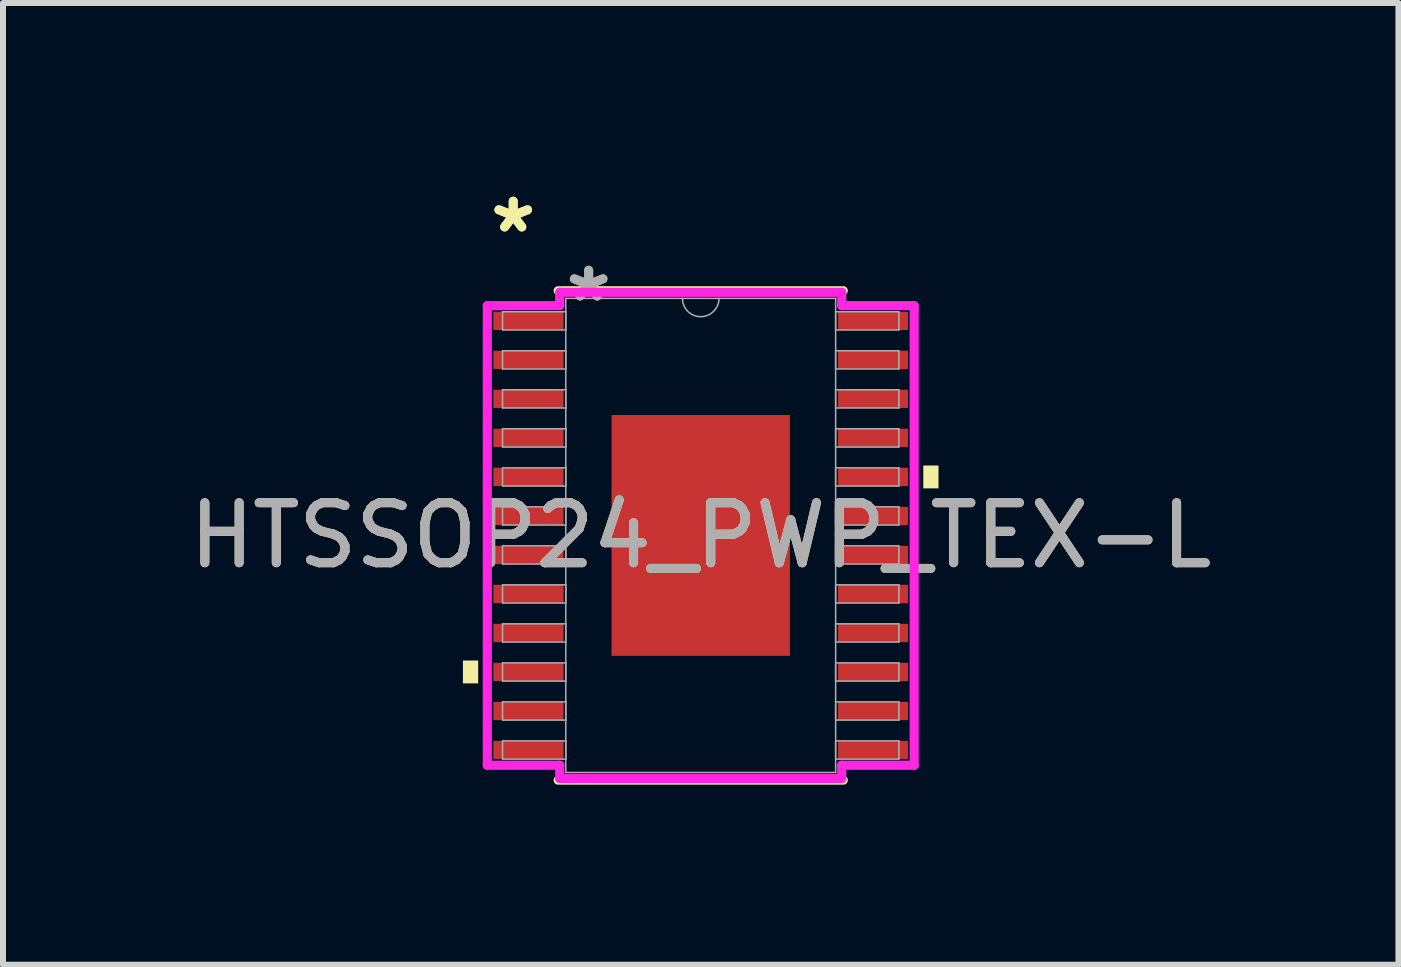
<source format=kicad_pcb>
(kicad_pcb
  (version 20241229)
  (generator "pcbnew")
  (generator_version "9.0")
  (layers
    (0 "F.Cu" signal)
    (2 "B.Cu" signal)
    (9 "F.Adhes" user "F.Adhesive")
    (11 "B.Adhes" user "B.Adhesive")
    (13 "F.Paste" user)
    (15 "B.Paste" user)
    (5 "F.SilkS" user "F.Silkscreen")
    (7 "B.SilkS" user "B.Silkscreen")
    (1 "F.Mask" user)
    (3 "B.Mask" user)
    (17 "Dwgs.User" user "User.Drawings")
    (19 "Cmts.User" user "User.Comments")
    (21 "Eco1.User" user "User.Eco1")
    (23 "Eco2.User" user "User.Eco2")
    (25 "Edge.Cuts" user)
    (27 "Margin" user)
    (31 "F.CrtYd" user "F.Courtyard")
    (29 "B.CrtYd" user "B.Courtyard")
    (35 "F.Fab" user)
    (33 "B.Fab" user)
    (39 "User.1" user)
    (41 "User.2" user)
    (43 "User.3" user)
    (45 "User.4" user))
  (footprint "HTSSOP24_PWP_TEX-L"
    (layer "F.Cu")
    (at 8.625 5.871)
    (property "Reference" "HTSSOP24_PWP_TEX-L" (at 0 0 0) (unlocked yes) (layer "F.SilkS") (effects (font (size 1 1) (thickness 0.15))))
    (attr smd)
    (fp_line (start -2.375 4.077) (end 2.375 4.077) (stroke (width 0.152) (type solid)) (layer "F.SilkS"))
    (fp_line (start 2.375 -4.077) (end -2.375 -4.077) (stroke (width 0.152) (type solid)) (layer "F.SilkS"))
    (fp_poly (pts (xy -3.962 2.084) (xy -3.962 2.465) (xy -3.708 2.465) (xy -3.708 2.084)) (stroke (width 0) (type solid)) (fill yes) (layer "F.SilkS"))
    (fp_poly (pts (xy 3.962 -1.165) (xy 3.962 -0.784) (xy 3.708 -0.784) (xy 3.708 -1.165)) (stroke (width 0) (type solid)) (fill yes) (layer "F.SilkS"))
    (fp_poly (pts (xy -1.386 -1.907) (xy -1.386 -0.769) (xy -0.1 -0.769) (xy -0.1 -1.907)) (stroke (width 0) (type solid)) (fill yes) (layer "F.Paste"))
    (fp_poly (pts (xy -1.386 -0.569) (xy -1.386 0.569) (xy -0.1 0.569) (xy -0.1 -0.569)) (stroke (width 0) (type solid)) (fill yes) (layer "F.Paste"))
    (fp_poly (pts (xy -1.386 0.769) (xy -1.386 1.907) (xy -0.1 1.907) (xy -0.1 0.769)) (stroke (width 0) (type solid)) (fill yes) (layer "F.Paste"))
    (fp_poly (pts (xy 0.1 -1.907) (xy 0.1 -0.769) (xy 1.386 -0.769) (xy 1.386 -1.907)) (stroke (width 0) (type solid)) (fill yes) (layer "F.Paste"))
    (fp_poly (pts (xy 0.1 -0.569) (xy 0.1 0.569) (xy 1.386 0.569) (xy 1.386 -0.569)) (stroke (width 0) (type solid)) (fill yes) (layer "F.Paste"))
    (fp_poly (pts (xy 0.1 0.769) (xy 0.1 1.907) (xy 1.386 1.907) (xy 1.386 0.769)) (stroke (width 0) (type solid)) (fill yes) (layer "F.Paste"))
    (fp_line (start -3.556 -3.829) (end -2.349 -3.829) (stroke (width 0.152) (type solid)) (layer "F.CrtYd"))
    (fp_line (start -3.556 3.829) (end -3.556 -3.829) (stroke (width 0.152) (type solid)) (layer "F.CrtYd"))
    (fp_line (start -3.556 3.829) (end -2.349 3.829) (stroke (width 0.152) (type solid)) (layer "F.CrtYd"))
    (fp_line (start -2.349 -4.051) (end 2.349 -4.051) (stroke (width 0.152) (type solid)) (layer "F.CrtYd"))
    (fp_line (start -2.349 -3.829) (end -2.349 -4.051) (stroke (width 0.152) (type solid)) (layer "F.CrtYd"))
    (fp_line (start -2.349 4.051) (end -2.349 3.829) (stroke (width 0.152) (type solid)) (layer "F.CrtYd"))
    (fp_line (start 2.349 -4.051) (end 2.349 -3.829) (stroke (width 0.152) (type solid)) (layer "F.CrtYd"))
    (fp_line (start 2.349 3.829) (end 2.349 4.051) (stroke (width 0.152) (type solid)) (layer "F.CrtYd"))
    (fp_line (start 2.349 4.051) (end -2.349 4.051) (stroke (width 0.152) (type solid)) (layer "F.CrtYd"))
    (fp_line (start 3.556 -3.829) (end 2.349 -3.829) (stroke (width 0.152) (type solid)) (layer "F.CrtYd"))
    (fp_line (start 3.556 -3.829) (end 3.556 3.829) (stroke (width 0.152) (type solid)) (layer "F.CrtYd"))
    (fp_line (start 3.556 3.829) (end 2.349 3.829) (stroke (width 0.152) (type solid)) (layer "F.CrtYd"))
    (fp_line (start -3.302 -3.727) (end -3.302 -3.423) (stroke (width 0.025) (type solid)) (layer "F.Fab"))
    (fp_line (start -3.302 -3.423) (end -2.248 -3.423) (stroke (width 0.025) (type solid)) (layer "F.Fab"))
    (fp_line (start -3.302 -3.077) (end -3.302 -2.773) (stroke (width 0.025) (type solid)) (layer "F.Fab"))
    (fp_line (start -3.302 -2.773) (end -2.248 -2.773) (stroke (width 0.025) (type solid)) (layer "F.Fab"))
    (fp_line (start -3.302 -2.427) (end -3.302 -2.123) (stroke (width 0.025) (type solid)) (layer "F.Fab"))
    (fp_line (start -3.302 -2.123) (end -2.248 -2.123) (stroke (width 0.025) (type solid)) (layer "F.Fab"))
    (fp_line (start -3.302 -1.777) (end -3.302 -1.473) (stroke (width 0.025) (type solid)) (layer "F.Fab"))
    (fp_line (start -3.302 -1.473) (end -2.248 -1.473) (stroke (width 0.025) (type solid)) (layer "F.Fab"))
    (fp_line (start -3.302 -1.127) (end -3.302 -0.823) (stroke (width 0.025) (type solid)) (layer "F.Fab"))
    (fp_line (start -3.302 -0.823) (end -2.248 -0.823) (stroke (width 0.025) (type solid)) (layer "F.Fab"))
    (fp_line (start -3.302 -0.477) (end -3.302 -0.173) (stroke (width 0.025) (type solid)) (layer "F.Fab"))
    (fp_line (start -3.302 -0.173) (end -2.248 -0.173) (stroke (width 0.025) (type solid)) (layer "F.Fab"))
    (fp_line (start -3.302 0.173) (end -3.302 0.477) (stroke (width 0.025) (type solid)) (layer "F.Fab"))
    (fp_line (start -3.302 0.477) (end -2.248 0.477) (stroke (width 0.025) (type solid)) (layer "F.Fab"))
    (fp_line (start -3.302 0.823) (end -3.302 1.127) (stroke (width 0.025) (type solid)) (layer "F.Fab"))
    (fp_line (start -3.302 1.127) (end -2.248 1.127) (stroke (width 0.025) (type solid)) (layer "F.Fab"))
    (fp_line (start -3.302 1.473) (end -3.302 1.777) (stroke (width 0.025) (type solid)) (layer "F.Fab"))
    (fp_line (start -3.302 1.777) (end -2.248 1.777) (stroke (width 0.025) (type solid)) (layer "F.Fab"))
    (fp_line (start -3.302 2.123) (end -3.302 2.427) (stroke (width 0.025) (type solid)) (layer "F.Fab"))
    (fp_line (start -3.302 2.427) (end -2.248 2.427) (stroke (width 0.025) (type solid)) (layer "F.Fab"))
    (fp_line (start -3.302 2.773) (end -3.302 3.077) (stroke (width 0.025) (type solid)) (layer "F.Fab"))
    (fp_line (start -3.302 3.077) (end -2.248 3.077) (stroke (width 0.025) (type solid)) (layer "F.Fab"))
    (fp_line (start -3.302 3.423) (end -3.302 3.727) (stroke (width 0.025) (type solid)) (layer "F.Fab"))
    (fp_line (start -3.302 3.727) (end -2.248 3.727) (stroke (width 0.025) (type solid)) (layer "F.Fab"))
    (fp_line (start -2.248 -3.95) (end -2.248 3.95) (stroke (width 0.025) (type solid)) (layer "F.Fab"))
    (fp_line (start -2.248 -3.727) (end -3.302 -3.727) (stroke (width 0.025) (type solid)) (layer "F.Fab"))
    (fp_line (start -2.248 -3.423) (end -2.248 -3.727) (stroke (width 0.025) (type solid)) (layer "F.Fab"))
    (fp_line (start -2.248 -3.077) (end -3.302 -3.077) (stroke (width 0.025) (type solid)) (layer "F.Fab"))
    (fp_line (start -2.248 -2.773) (end -2.248 -3.077) (stroke (width 0.025) (type solid)) (layer "F.Fab"))
    (fp_line (start -2.248 -2.427) (end -3.302 -2.427) (stroke (width 0.025) (type solid)) (layer "F.Fab"))
    (fp_line (start -2.248 -2.123) (end -2.248 -2.427) (stroke (width 0.025) (type solid)) (layer "F.Fab"))
    (fp_line (start -2.248 -1.777) (end -3.302 -1.777) (stroke (width 0.025) (type solid)) (layer "F.Fab"))
    (fp_line (start -2.248 -1.473) (end -2.248 -1.777) (stroke (width 0.025) (type solid)) (layer "F.Fab"))
    (fp_line (start -2.248 -1.127) (end -3.302 -1.127) (stroke (width 0.025) (type solid)) (layer "F.Fab"))
    (fp_line (start -2.248 -0.823) (end -2.248 -1.127) (stroke (width 0.025) (type solid)) (layer "F.Fab"))
    (fp_line (start -2.248 -0.477) (end -3.302 -0.477) (stroke (width 0.025) (type solid)) (layer "F.Fab"))
    (fp_line (start -2.248 -0.173) (end -2.248 -0.477) (stroke (width 0.025) (type solid)) (layer "F.Fab"))
    (fp_line (start -2.248 0.173) (end -3.302 0.173) (stroke (width 0.025) (type solid)) (layer "F.Fab"))
    (fp_line (start -2.248 0.477) (end -2.248 0.173) (stroke (width 0.025) (type solid)) (layer "F.Fab"))
    (fp_line (start -2.248 0.823) (end -3.302 0.823) (stroke (width 0.025) (type solid)) (layer "F.Fab"))
    (fp_line (start -2.248 1.127) (end -2.248 0.823) (stroke (width 0.025) (type solid)) (layer "F.Fab"))
    (fp_line (start -2.248 1.473) (end -3.302 1.473) (stroke (width 0.025) (type solid)) (layer "F.Fab"))
    (fp_line (start -2.248 1.777) (end -2.248 1.473) (stroke (width 0.025) (type solid)) (layer "F.Fab"))
    (fp_line (start -2.248 2.123) (end -3.302 2.123) (stroke (width 0.025) (type solid)) (layer "F.Fab"))
    (fp_line (start -2.248 2.427) (end -2.248 2.123) (stroke (width 0.025) (type solid)) (layer "F.Fab"))
    (fp_line (start -2.248 2.773) (end -3.302 2.773) (stroke (width 0.025) (type solid)) (layer "F.Fab"))
    (fp_line (start -2.248 3.077) (end -2.248 2.773) (stroke (width 0.025) (type solid)) (layer "F.Fab"))
    (fp_line (start -2.248 3.423) (end -3.302 3.423) (stroke (width 0.025) (type solid)) (layer "F.Fab"))
    (fp_line (start -2.248 3.727) (end -2.248 3.423) (stroke (width 0.025) (type solid)) (layer "F.Fab"))
    (fp_line (start -2.248 3.95) (end 2.248 3.95) (stroke (width 0.025) (type solid)) (layer "F.Fab"))
    (fp_line (start 2.248 -3.95) (end -2.248 -3.95) (stroke (width 0.025) (type solid)) (layer "F.Fab"))
    (fp_line (start 2.248 -3.727) (end 2.248 -3.423) (stroke (width 0.025) (type solid)) (layer "F.Fab"))
    (fp_line (start 2.248 -3.423) (end 3.302 -3.423) (stroke (width 0.025) (type solid)) (layer "F.Fab"))
    (fp_line (start 2.248 -3.077) (end 2.248 -2.773) (stroke (width 0.025) (type solid)) (layer "F.Fab"))
    (fp_line (start 2.248 -2.773) (end 3.302 -2.773) (stroke (width 0.025) (type solid)) (layer "F.Fab"))
    (fp_line (start 2.248 -2.427) (end 2.248 -2.123) (stroke (width 0.025) (type solid)) (layer "F.Fab"))
    (fp_line (start 2.248 -2.123) (end 3.302 -2.123) (stroke (width 0.025) (type solid)) (layer "F.Fab"))
    (fp_line (start 2.248 -1.777) (end 2.248 -1.473) (stroke (width 0.025) (type solid)) (layer "F.Fab"))
    (fp_line (start 2.248 -1.473) (end 3.302 -1.473) (stroke (width 0.025) (type solid)) (layer "F.Fab"))
    (fp_line (start 2.248 -1.127) (end 2.248 -0.823) (stroke (width 0.025) (type solid)) (layer "F.Fab"))
    (fp_line (start 2.248 -0.823) (end 3.302 -0.823) (stroke (width 0.025) (type solid)) (layer "F.Fab"))
    (fp_line (start 2.248 -0.477) (end 2.248 -0.173) (stroke (width 0.025) (type solid)) (layer "F.Fab"))
    (fp_line (start 2.248 -0.173) (end 3.302 -0.173) (stroke (width 0.025) (type solid)) (layer "F.Fab"))
    (fp_line (start 2.248 0.173) (end 2.248 0.477) (stroke (width 0.025) (type solid)) (layer "F.Fab"))
    (fp_line (start 2.248 0.477) (end 3.302 0.477) (stroke (width 0.025) (type solid)) (layer "F.Fab"))
    (fp_line (start 2.248 0.823) (end 2.248 1.127) (stroke (width 0.025) (type solid)) (layer "F.Fab"))
    (fp_line (start 2.248 1.127) (end 3.302 1.127) (stroke (width 0.025) (type solid)) (layer "F.Fab"))
    (fp_line (start 2.248 1.473) (end 2.248 1.777) (stroke (width 0.025) (type solid)) (layer "F.Fab"))
    (fp_line (start 2.248 1.777) (end 3.302 1.777) (stroke (width 0.025) (type solid)) (layer "F.Fab"))
    (fp_line (start 2.248 2.123) (end 2.248 2.427) (stroke (width 0.025) (type solid)) (layer "F.Fab"))
    (fp_line (start 2.248 2.427) (end 3.302 2.427) (stroke (width 0.025) (type solid)) (layer "F.Fab"))
    (fp_line (start 2.248 2.773) (end 2.248 3.077) (stroke (width 0.025) (type solid)) (layer "F.Fab"))
    (fp_line (start 2.248 3.077) (end 3.302 3.077) (stroke (width 0.025) (type solid)) (layer "F.Fab"))
    (fp_line (start 2.248 3.423) (end 2.248 3.727) (stroke (width 0.025) (type solid)) (layer "F.Fab"))
    (fp_line (start 2.248 3.727) (end 3.302 3.727) (stroke (width 0.025) (type solid)) (layer "F.Fab"))
    (fp_line (start 2.248 3.95) (end 2.248 -3.95) (stroke (width 0.025) (type solid)) (layer "F.Fab"))
    (fp_line (start 3.302 -3.727) (end 2.248 -3.727) (stroke (width 0.025) (type solid)) (layer "F.Fab"))
    (fp_line (start 3.302 -3.423) (end 3.302 -3.727) (stroke (width 0.025) (type solid)) (layer "F.Fab"))
    (fp_line (start 3.302 -3.077) (end 2.248 -3.077) (stroke (width 0.025) (type solid)) (layer "F.Fab"))
    (fp_line (start 3.302 -2.773) (end 3.302 -3.077) (stroke (width 0.025) (type solid)) (layer "F.Fab"))
    (fp_line (start 3.302 -2.427) (end 2.248 -2.427) (stroke (width 0.025) (type solid)) (layer "F.Fab"))
    (fp_line (start 3.302 -2.123) (end 3.302 -2.427) (stroke (width 0.025) (type solid)) (layer "F.Fab"))
    (fp_line (start 3.302 -1.777) (end 2.248 -1.777) (stroke (width 0.025) (type solid)) (layer "F.Fab"))
    (fp_line (start 3.302 -1.473) (end 3.302 -1.777) (stroke (width 0.025) (type solid)) (layer "F.Fab"))
    (fp_line (start 3.302 -1.127) (end 2.248 -1.127) (stroke (width 0.025) (type solid)) (layer "F.Fab"))
    (fp_line (start 3.302 -0.823) (end 3.302 -1.127) (stroke (width 0.025) (type solid)) (layer "F.Fab"))
    (fp_line (start 3.302 -0.477) (end 2.248 -0.477) (stroke (width 0.025) (type solid)) (layer "F.Fab"))
    (fp_line (start 3.302 -0.173) (end 3.302 -0.477) (stroke (width 0.025) (type solid)) (layer "F.Fab"))
    (fp_line (start 3.302 0.173) (end 2.248 0.173) (stroke (width 0.025) (type solid)) (layer "F.Fab"))
    (fp_line (start 3.302 0.477) (end 3.302 0.173) (stroke (width 0.025) (type solid)) (layer "F.Fab"))
    (fp_line (start 3.302 0.823) (end 2.248 0.823) (stroke (width 0.025) (type solid)) (layer "F.Fab"))
    (fp_line (start 3.302 1.127) (end 3.302 0.823) (stroke (width 0.025) (type solid)) (layer "F.Fab"))
    (fp_line (start 3.302 1.473) (end 2.248 1.473) (stroke (width 0.025) (type solid)) (layer "F.Fab"))
    (fp_line (start 3.302 1.777) (end 3.302 1.473) (stroke (width 0.025) (type solid)) (layer "F.Fab"))
    (fp_line (start 3.302 2.123) (end 2.248 2.123) (stroke (width 0.025) (type solid)) (layer "F.Fab"))
    (fp_line (start 3.302 2.427) (end 3.302 2.123) (stroke (width 0.025) (type solid)) (layer "F.Fab"))
    (fp_line (start 3.302 2.773) (end 2.248 2.773) (stroke (width 0.025) (type solid)) (layer "F.Fab"))
    (fp_line (start 3.302 3.077) (end 3.302 2.773) (stroke (width 0.025) (type solid)) (layer "F.Fab"))
    (fp_line (start 3.302 3.423) (end 2.248 3.423) (stroke (width 0.025) (type solid)) (layer "F.Fab"))
    (fp_line (start 3.302 3.727) (end 3.302 3.423) (stroke (width 0.025) (type solid)) (layer "F.Fab"))
    (fp_arc (start 0.3048 -3.9497) (mid 0 -3.6449) (end -0.3048 -3.9497) (stroke (width 0.0254) (type solid)) (layer "F.Fab"))
    (fp_text user "*" (at -3.124 -5.023 0) (unlocked yes) (layer "F.SilkS") (effects (font (size 1 1) (thickness 0.15))))
    (fp_text user "*" (at -3.124 -5.023 0) (layer "F.SilkS") (effects (font (size 1 1) (thickness 0.15))))
    (fp_text user "*" (at -1.867 -3.873 0) (layer "F.Fab") (effects (font (size 1 1) (thickness 0.15))))
    (fp_text user "${REFERENCE}" (at 0 0 0) (unlocked yes) (layer "F.Fab") (effects (font (size 1 1) (thickness 0.15))))
    (fp_text user "*" (at -1.867 -3.873 0) (unlocked yes) (layer "F.Fab") (effects (font (size 1 1) (thickness 0.15))))
    (pad "1" smd rect (at -2.87 -3.575) (size 1.168 0.305) (layers "F.Cu" "F.Mask" "F.Paste"))
    (pad "2" smd rect (at -2.87 -2.925) (size 1.168 0.305) (layers "F.Cu" "F.Mask" "F.Paste"))
    (pad "3" smd rect (at -2.87 -2.275) (size 1.168 0.305) (layers "F.Cu" "F.Mask" "F.Paste"))
    (pad "4" smd rect (at -2.87 -1.625) (size 1.168 0.305) (layers "F.Cu" "F.Mask" "F.Paste"))
    (pad "5" smd rect (at -2.87 -0.975) (size 1.168 0.305) (layers "F.Cu" "F.Mask" "F.Paste"))
    (pad "6" smd rect (at -2.87 -0.325) (size 1.168 0.305) (layers "F.Cu" "F.Mask" "F.Paste"))
    (pad "7" smd rect (at -2.87 0.325) (size 1.168 0.305) (layers "F.Cu" "F.Mask" "F.Paste"))
    (pad "8" smd rect (at -2.87 0.975) (size 1.168 0.305) (layers "F.Cu" "F.Mask" "F.Paste"))
    (pad "9" smd rect (at -2.87 1.625) (size 1.168 0.305) (layers "F.Cu" "F.Mask" "F.Paste"))
    (pad "10" smd rect (at -2.87 2.275) (size 1.168 0.305) (layers "F.Cu" "F.Mask" "F.Paste"))
    (pad "11" smd rect (at -2.87 2.925) (size 1.168 0.305) (layers "F.Cu" "F.Mask" "F.Paste"))
    (pad "12" smd rect (at -2.87 3.575) (size 1.168 0.305) (layers "F.Cu" "F.Mask" "F.Paste"))
    (pad "13" smd rect (at 2.87 3.575) (size 1.168 0.305) (layers "F.Cu" "F.Mask" "F.Paste"))
    (pad "14" smd rect (at 2.87 2.925) (size 1.168 0.305) (layers "F.Cu" "F.Mask" "F.Paste"))
    (pad "15" smd rect (at 2.87 2.275) (size 1.168 0.305) (layers "F.Cu" "F.Mask" "F.Paste"))
    (pad "16" smd rect (at 2.87 1.625) (size 1.168 0.305) (layers "F.Cu" "F.Mask" "F.Paste"))
    (pad "17" smd rect (at 2.87 0.975) (size 1.168 0.305) (layers "F.Cu" "F.Mask" "F.Paste"))
    (pad "18" smd rect (at 2.87 0.325) (size 1.168 0.305) (layers "F.Cu" "F.Mask" "F.Paste"))
    (pad "19" smd rect (at 2.87 -0.325) (size 1.168 0.305) (layers "F.Cu" "F.Mask" "F.Paste"))
    (pad "20" smd rect (at 2.87 -0.975) (size 1.168 0.305) (layers "F.Cu" "F.Mask" "F.Paste"))
    (pad "21" smd rect (at 2.87 -1.625) (size 1.168 0.305) (layers "F.Cu" "F.Mask" "F.Paste"))
    (pad "22" smd rect (at 2.87 -2.275) (size 1.168 0.305) (layers "F.Cu" "F.Mask" "F.Paste"))
    (pad "23" smd rect (at 2.87 -2.925) (size 1.168 0.305) (layers "F.Cu" "F.Mask" "F.Paste"))
    (pad "24" smd rect (at 2.87 -3.575) (size 1.168 0.305) (layers "F.Cu" "F.Mask" "F.Paste"))
    (pad "EPAD" smd rect (at 0 0) (size 2.972 4.013) (layers "F.Cu" "F.Mask")))
  (gr_rect
    (start -3 -3)
    (end 20.25 13.024)
    (stroke (width 0.1) (type default))
    (fill no)
    (layer "Edge.Cuts")))
</source>
